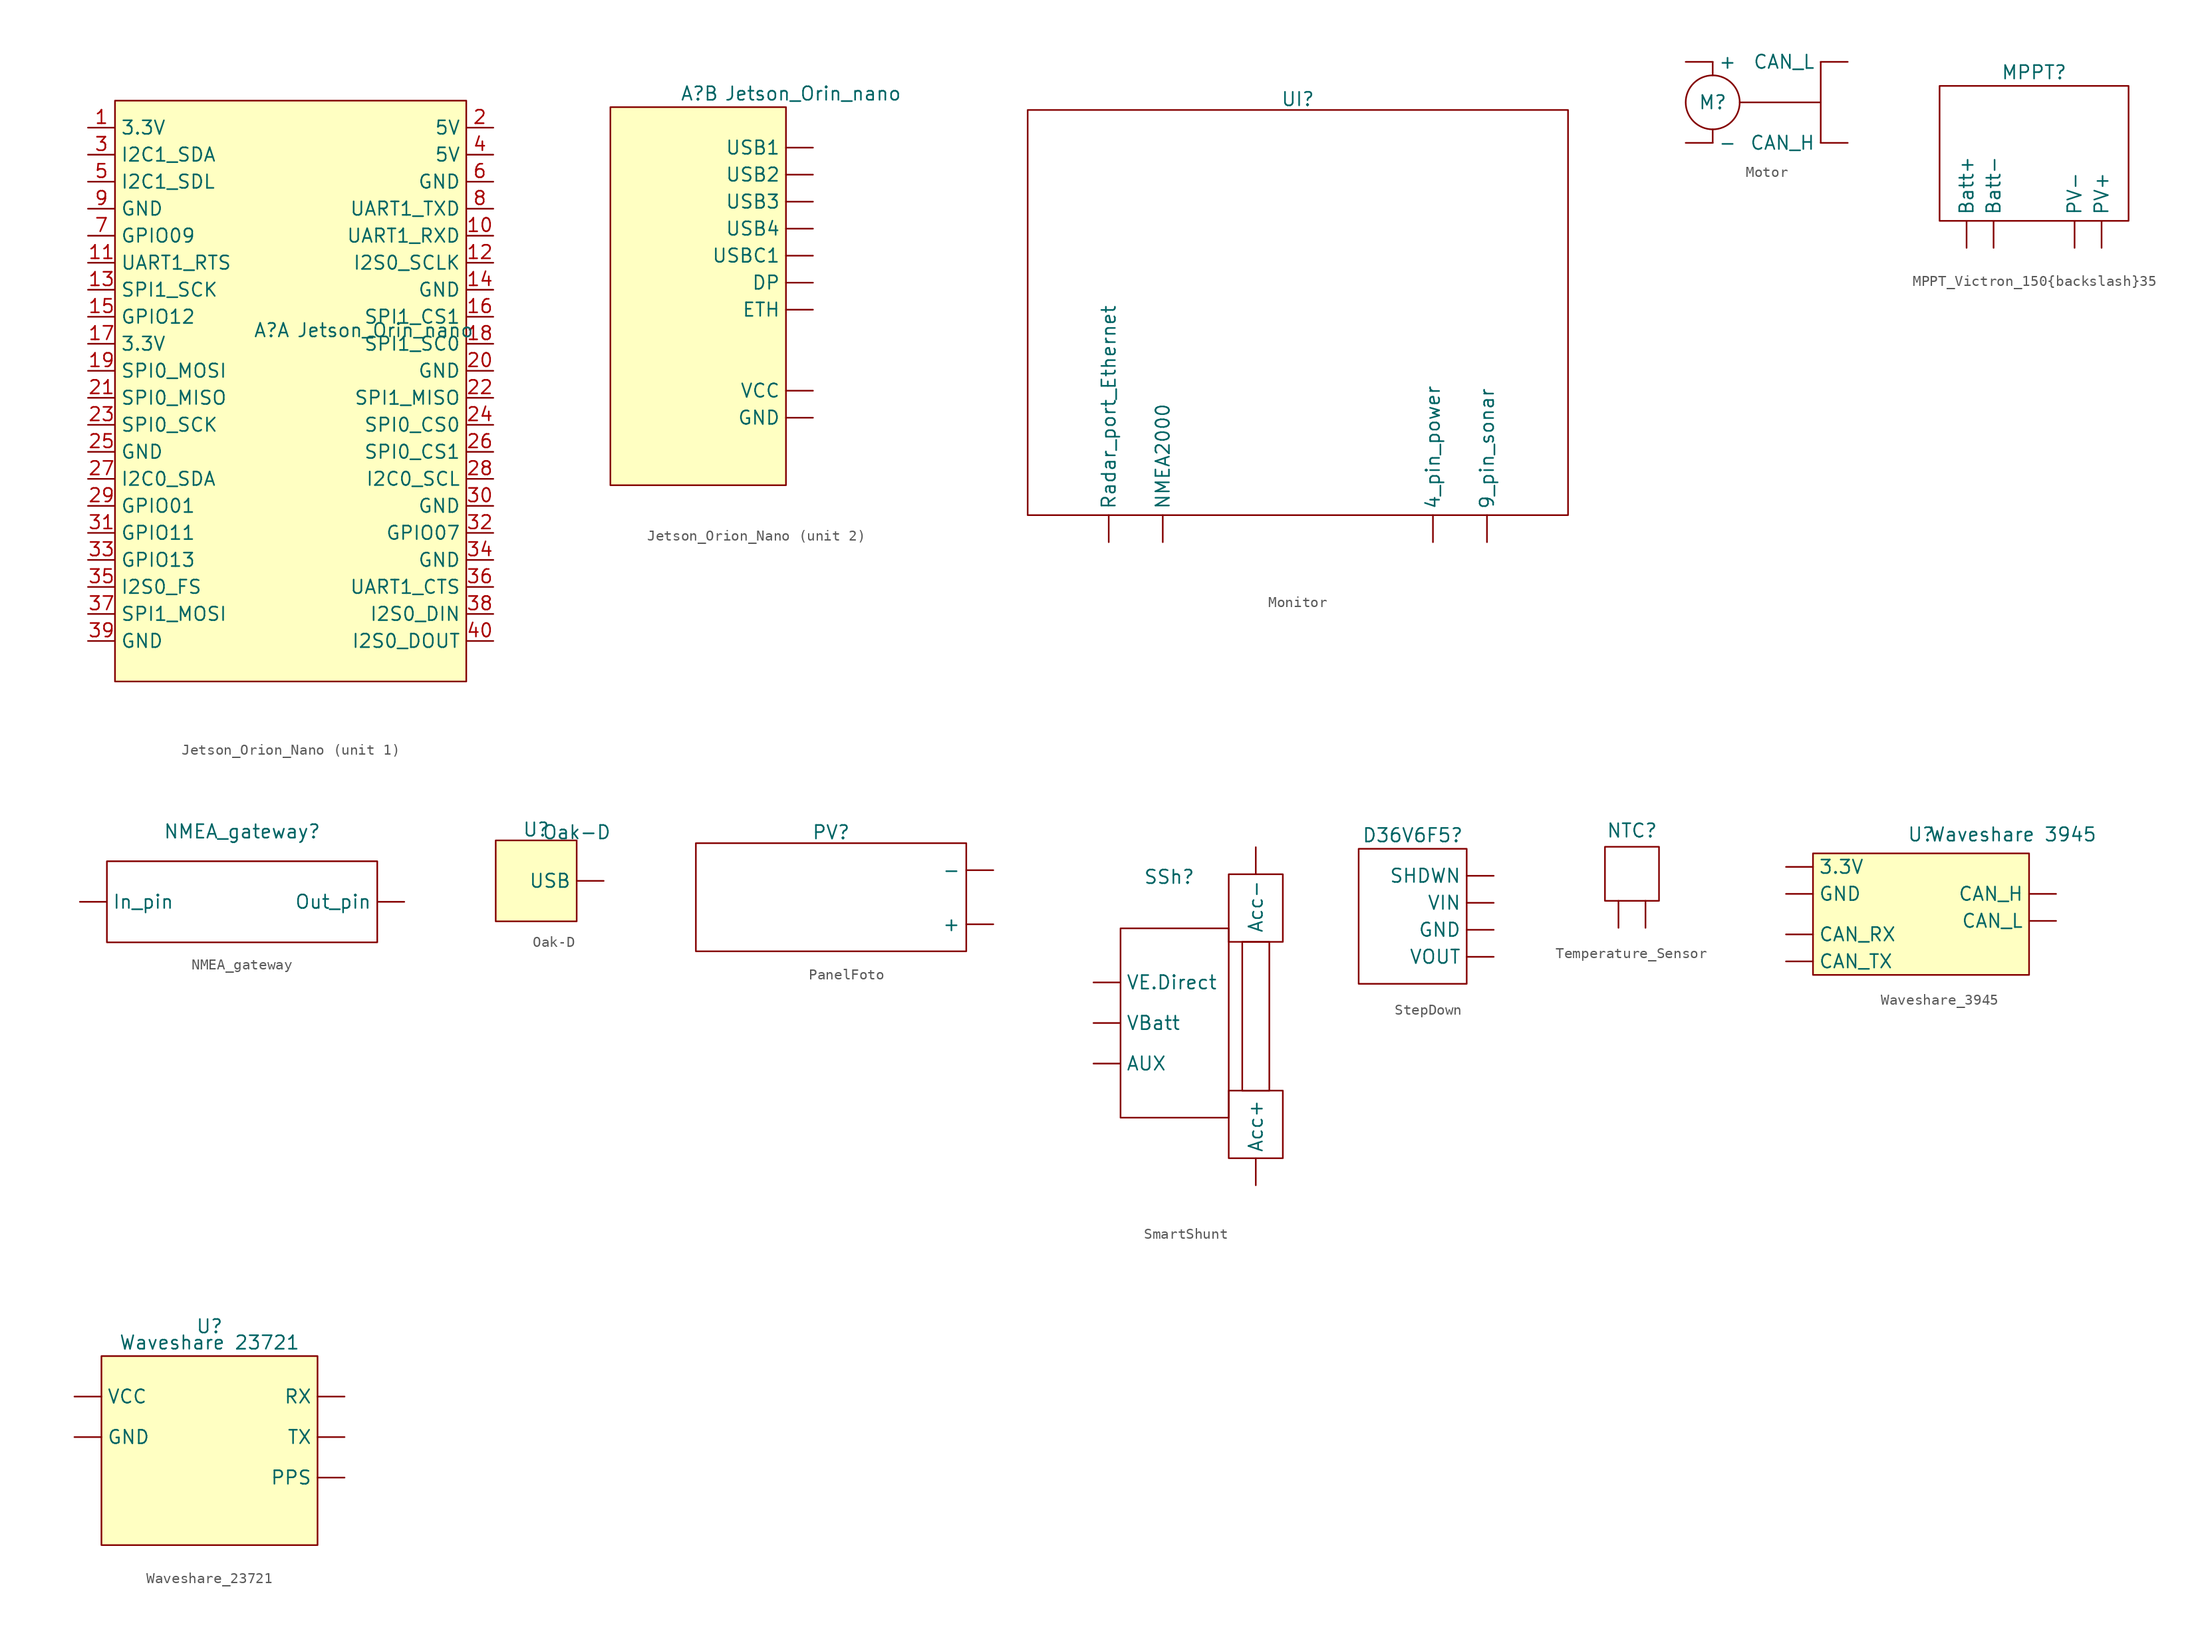
<source format=kicad_sym>
(kicad_symbol_lib
  (version 20231120)
  (generator "kicad_symbol_editor")
  (generator_version "8.0")
  (symbol "Jetson_Orion_Nano"
    (property "Reference" "A"
      (at -1.778 21.59 0)
      (effects (font (size 1.27 1.27))))
    (property "Value" "Jetson_Orin_nano"
      (at 8.89 21.59 0)
      (effects (font (size 1.27 1.27))))
    (property "ki_locked" ""
      (at 0 0 0)
      (effects (font (size 1.27 1.27))))
    (symbol "Jetson_Orion_Nano_1_1"
      (rectangle (start -16.51 43.18) (end 16.51 -11.43) (stroke (width 0) (type default)) (fill (type background)))
      (pin power_out line (at -19.05 40.64 0) (length 2.54) (name "3.3V" (effects (font (size 1.27 1.27)))) (number "1" (effects (font (size 1.27 1.27)))))
      (pin bidirectional line (at 19.05 30.48 180) (length 2.54) (name "UART1_RXD" (effects (font (size 1.27 1.27)))) (number "10" (effects (font (size 1.27 1.27)))))
      (pin bidirectional line (at -19.05 27.94 0) (length 2.54) (name "UART1_RTS" (effects (font (size 1.27 1.27)))) (number "11" (effects (font (size 1.27 1.27)))))
      (pin bidirectional line (at 19.05 27.94 180) (length 2.54) (name "I2S0_SCLK" (effects (font (size 1.27 1.27)))) (number "12" (effects (font (size 1.27 1.27)))))
      (pin bidirectional line (at -19.05 25.4 0) (length 2.54) (name "SPI1_SCK" (effects (font (size 1.27 1.27)))) (number "13" (effects (font (size 1.27 1.27)))))
      (pin power_out line (at 19.05 25.4 180) (length 2.54) (name "GND" (effects (font (size 1.27 1.27)))) (number "14" (effects (font (size 1.27 1.27)))))
      (pin bidirectional line (at -19.05 22.86 0) (length 2.54) (name "GPIO12" (effects (font (size 1.27 1.27)))) (number "15" (effects (font (size 1.27 1.27)))))
      (pin bidirectional line (at 19.05 22.86 180) (length 2.54) (name "SPI1_CS1" (effects (font (size 1.27 1.27)))) (number "16" (effects (font (size 1.27 1.27)))))
      (pin power_out line (at -19.05 20.32 0) (length 2.54) (name "3.3V" (effects (font (size 1.27 1.27)))) (number "17" (effects (font (size 1.27 1.27)))))
      (pin bidirectional line (at 19.05 20.32 180) (length 2.54) (name "SPI1_SC0" (effects (font (size 1.27 1.27)))) (number "18" (effects (font (size 1.27 1.27)))))
      (pin bidirectional line (at -19.05 17.78 0) (length 2.54) (name "SPI0_MOSI" (effects (font (size 1.27 1.27)))) (number "19" (effects (font (size 1.27 1.27)))))
      (pin power_out line (at 19.05 40.64 180) (length 2.54) (name "5V" (effects (font (size 1.27 1.27)))) (number "2" (effects (font (size 1.27 1.27)))))
      (pin power_out line (at 19.05 17.78 180) (length 2.54) (name "GND" (effects (font (size 1.27 1.27)))) (number "20" (effects (font (size 1.27 1.27)))))
      (pin bidirectional line (at -19.05 15.24 0) (length 2.54) (name "SPI0_MISO" (effects (font (size 1.27 1.27)))) (number "21" (effects (font (size 1.27 1.27)))))
      (pin bidirectional line (at 19.05 15.24 180) (length 2.54) (name "SPI1_MISO" (effects (font (size 1.27 1.27)))) (number "22" (effects (font (size 1.27 1.27)))))
      (pin bidirectional line (at -19.05 12.7 0) (length 2.54) (name "SPI0_SCK" (effects (font (size 1.27 1.27)))) (number "23" (effects (font (size 1.27 1.27)))))
      (pin bidirectional line (at 19.05 12.7 180) (length 2.54) (name "SPI0_CS0" (effects (font (size 1.27 1.27)))) (number "24" (effects (font (size 1.27 1.27)))))
      (pin power_out line (at -19.05 10.16 0) (length 2.54) (name "GND" (effects (font (size 1.27 1.27)))) (number "25" (effects (font (size 1.27 1.27)))))
      (pin bidirectional line (at 19.05 10.16 180) (length 2.54) (name "SPI0_CS1" (effects (font (size 1.27 1.27)))) (number "26" (effects (font (size 1.27 1.27)))))
      (pin bidirectional line (at -19.05 7.62 0) (length 2.54) (name "I2C0_SDA" (effects (font (size 1.27 1.27)))) (number "27" (effects (font (size 1.27 1.27)))))
      (pin bidirectional line (at 19.05 7.62 180) (length 2.54) (name "I2C0_SCL" (effects (font (size 1.27 1.27)))) (number "28" (effects (font (size 1.27 1.27)))))
      (pin bidirectional line (at -19.05 5.08 0) (length 2.54) (name "GPIO01" (effects (font (size 1.27 1.27)))) (number "29" (effects (font (size 1.27 1.27)))))
      (pin bidirectional line (at -19.05 38.1 0) (length 2.54) (name "I2C1_SDA" (effects (font (size 1.27 1.27)))) (number "3" (effects (font (size 1.27 1.27)))))
      (pin power_out line (at 19.05 5.08 180) (length 2.54) (name "GND" (effects (font (size 1.27 1.27)))) (number "30" (effects (font (size 1.27 1.27)))))
      (pin bidirectional line (at -19.05 2.54 0) (length 2.54) (name "GPIO11" (effects (font (size 1.27 1.27)))) (number "31" (effects (font (size 1.27 1.27)))))
      (pin bidirectional line (at 19.05 2.54 180) (length 2.54) (name "GPIO07" (effects (font (size 1.27 1.27)))) (number "32" (effects (font (size 1.27 1.27)))))
      (pin bidirectional line (at -19.05 0 0) (length 2.54) (name "GPIO13" (effects (font (size 1.27 1.27)))) (number "33" (effects (font (size 1.27 1.27)))))
      (pin power_out line (at 19.05 0 180) (length 2.54) (name "GND" (effects (font (size 1.27 1.27)))) (number "34" (effects (font (size 1.27 1.27)))))
      (pin bidirectional line (at -19.05 -2.54 0) (length 2.54) (name "I2S0_FS" (effects (font (size 1.27 1.27)))) (number "35" (effects (font (size 1.27 1.27)))))
      (pin bidirectional line (at 19.05 -2.54 180) (length 2.54) (name "UART1_CTS" (effects (font (size 1.27 1.27)))) (number "36" (effects (font (size 1.27 1.27)))))
      (pin bidirectional line (at -19.05 -5.08 0) (length 2.54) (name "SPI1_MOSI" (effects (font (size 1.27 1.27)))) (number "37" (effects (font (size 1.27 1.27)))))
      (pin bidirectional line (at 19.05 -5.08 180) (length 2.54) (name "I2S0_DIN" (effects (font (size 1.27 1.27)))) (number "38" (effects (font (size 1.27 1.27)))))
      (pin power_out line (at -19.05 -7.62 0) (length 2.54) (name "GND" (effects (font (size 1.27 1.27)))) (number "39" (effects (font (size 1.27 1.27)))))
      (pin power_out line (at 19.05 38.1 180) (length 2.54) (name "5V" (effects (font (size 1.27 1.27)))) (number "4" (effects (font (size 1.27 1.27)))))
      (pin bidirectional line (at 19.05 -7.62 180) (length 2.54) (name "I2S0_DOUT" (effects (font (size 1.27 1.27)))) (number "40" (effects (font (size 1.27 1.27)))))
      (pin bidirectional line (at -19.05 35.56 0) (length 2.54) (name "I2C1_SDL" (effects (font (size 1.27 1.27)))) (number "5" (effects (font (size 1.27 1.27)))))
      (pin power_out line (at 19.05 35.56 180) (length 2.54) (name "GND" (effects (font (size 1.27 1.27)))) (number "6" (effects (font (size 1.27 1.27)))))
      (pin bidirectional line (at -19.05 30.48 0) (length 2.54) (name "GPIO09" (effects (font (size 1.27 1.27)))) (number "7" (effects (font (size 1.27 1.27)))))
      (pin bidirectional line (at 19.05 33.02 180) (length 2.54) (name "UART1_TXD" (effects (font (size 1.27 1.27)))) (number "8" (effects (font (size 1.27 1.27)))))
      (pin power_out line (at -19.05 33.02 0) (length 2.54) (name "GND" (effects (font (size 1.27 1.27)))) (number "9" (effects (font (size 1.27 1.27))))))
    (symbol "Jetson_Orion_Nano_2_1"
      (rectangle (start -10.16 20.32) (end 6.35 -15.24) (stroke (width 0) (type default)) (fill (type background)))
      (pin bidirectional line (at 8.89 3.81 180) (length 2.54) (name "DP" (effects (font (size 1.27 1.27)))) (number "" (effects (font (size 1.27 1.27)))))
      (pin bidirectional line (at 8.89 1.27 180) (length 2.54) (name "ETH" (effects (font (size 1.27 1.27)))) (number "" (effects (font (size 1.27 1.27)))))
      (pin bidirectional line (at 8.89 -8.89 180) (length 2.54) (name "GND" (effects (font (size 1.27 1.27)))) (number "" (effects (font (size 1.27 1.27)))))
      (pin bidirectional line (at 8.89 16.51 180) (length 2.54) (name "USB1" (effects (font (size 1.27 1.27)))) (number "" (effects (font (size 1.27 1.27)))))
      (pin bidirectional line (at 8.89 13.97 180) (length 2.54) (name "USB2" (effects (font (size 1.27 1.27)))) (number "" (effects (font (size 1.27 1.27)))))
      (pin bidirectional line (at 8.89 11.43 180) (length 2.54) (name "USB3" (effects (font (size 1.27 1.27)))) (number "" (effects (font (size 1.27 1.27)))))
      (pin bidirectional line (at 8.89 8.89 180) (length 2.54) (name "USB4" (effects (font (size 1.27 1.27)))) (number "" (effects (font (size 1.27 1.27)))))
      (pin bidirectional line (at 8.89 6.35 180) (length 2.54) (name "USBC1" (effects (font (size 1.27 1.27)))) (number "" (effects (font (size 1.27 1.27)))))
      (pin bidirectional line (at 8.89 -6.35 180) (length 2.54) (name "VCC" (effects (font (size 1.27 1.27)))) (number "" (effects (font (size 1.27 1.27)))))))
  (symbol "Monitor"
    (property "Reference" "UI"
      (at 0 26.416 0)
      (effects (font (size 1.27 1.27))))
    (property "Value" ""
      (at 0 0 0)
      (effects (font (size 1.27 1.27))))
    (symbol "Monitor_0_1"
      (rectangle (start -25.4 -12.7) (end 25.4 25.4) (stroke (width 0) (type default)) (fill (type none))))
    (symbol "Monitor_1_1"
      (pin input line (at 12.7 -15.24 90) (length 2.54) (name "4_pin_power" (effects (font (size 1.27 1.27)))) (number "" (effects (font (size 1.27 1.27)))))
      (pin input line (at 17.78 -15.24 90) (length 2.54) (name "9_pin_sonar" (effects (font (size 1.27 1.27)))) (number "" (effects (font (size 1.27 1.27)))))
      (pin input line (at -12.7 -15.24 90) (length 2.54) (name "NMEA2000" (effects (font (size 1.27 1.27)))) (number "" (effects (font (size 1.27 1.27)))))
      (pin input line (at -17.78 -15.24 90) (length 2.54) (name "Radar_port_Ethernet" (effects (font (size 1.27 1.27)))) (number "" (effects (font (size 1.27 1.27)))))))
  (symbol "Motor"
    (property "Reference" "M"
      (at 0 0 0)
      (effects (font (size 1.27 1.27))))
    (property "Value" ""
      (at 0 0 0)
      (effects (font (size 1.27 1.27))))
    (symbol "Motor_0_1"
      (polyline (pts (xy 0 -2.54) (xy 0 -3.81)) (stroke (width 0) (type default)) (fill (type none)))
      (polyline (pts (xy 0 2.54) (xy 0 3.81)) (stroke (width 0) (type default)) (fill (type none)))
      (polyline (pts (xy 10.16 0) (xy 10.16 -3.81)) (stroke (width 0) (type default)) (fill (type none)))
      (polyline (pts (xy 2.54 0) (xy 10.16 0) (xy 10.16 3.81)) (stroke (width 0) (type default)) (fill (type none)))
      (circle (center 0 0) (radius 2.54) (stroke (width 0) (type default)) (fill (type none))))
    (symbol "Motor_1_1"
      (pin power_in line (at -2.54 3.81 0) (length 2.54) (name "+" (effects (font (size 1.27 1.27)))) (number "" (effects (font (size 1.27 1.27)))))
      (pin power_in line (at -2.54 -3.81 0) (length 2.54) (name "-" (effects (font (size 1.27 1.27)))) (number "" (effects (font (size 1.27 1.27)))))
      (pin input line (at 12.7 -3.81 180) (length 2.54) (name "CAN_H" (effects (font (size 1.27 1.27)))) (number "" (effects (font (size 1.27 1.27)))))
      (pin input line (at 12.7 3.81 180) (length 2.54) (name "CAN_L" (effects (font (size 1.27 1.27)))) (number "" (effects (font (size 1.27 1.27)))))))
  (symbol "MPPT_Victron_150{backslash}35"
    (property "Reference" "MPPT"
      (at 0 7.62 0)
      (effects (font (size 1.27 1.27))))
    (property "Value" ""
      (at 0 -1.27 0)
      (effects (font (size 1.27 1.27))))
    (symbol "MPPT_Victron_150{backslash}35_0_1"
      (rectangle (start -8.89 -6.35) (end 8.89 6.35) (stroke (width 0) (type default)) (fill (type none))))
    (symbol "MPPT_Victron_150{backslash}35_1_1"
      (pin power_out line (at -6.35 -8.89 90) (length 2.54) (name "Batt+" (effects (font (size 1.27 1.27)))) (number "" (effects (font (size 1.27 1.27)))))
      (pin power_out line (at -3.81 -8.89 90) (length 2.54) (name "Batt-" (effects (font (size 1.27 1.27)))) (number "" (effects (font (size 1.27 1.27)))))
      (pin power_in line (at 6.35 -8.89 90) (length 2.54) (name "PV+" (effects (font (size 1.27 1.27)))) (number "" (effects (font (size 1.27 1.27)))))
      (pin power_in line (at 3.81 -8.89 90) (length 2.54) (name "PV-" (effects (font (size 1.27 1.27)))) (number "" (effects (font (size 1.27 1.27)))))))
  (symbol "NMEA_gateway"
    (property "Reference" "NMEA_gateway"
      (at 0 6.604 0)
      (effects (font (size 1.27 1.27))))
    (property "Value" ""
      (at 0 0 0)
      (effects (font (size 1.27 1.27))))
    (symbol "NMEA_gateway_0_1"
      (rectangle (start -12.7 3.81) (end 12.7 -3.81) (stroke (width 0) (type default)) (fill (type none))))
    (symbol "NMEA_gateway_1_1"
      (pin input line (at -15.24 0 0) (length 2.54) (name "In_pin" (effects (font (size 1.27 1.27)))) (number "" (effects (font (size 1.27 1.27)))))
      (pin output line (at 15.24 0 180) (length 2.54) (name "Out_pin" (effects (font (size 1.27 1.27)))) (number "" (effects (font (size 1.27 1.27)))))))
  (symbol "Oak-D"
    (property "Reference" "U"
      (at 0 4.826 0)
      (effects (font (size 1.27 1.27))))
    (property "Value" "Oak-D"
      (at 3.81 4.572 0)
      (effects (font (size 1.27 1.27))))
    (symbol "Oak-D_1_1"
      (rectangle (start -3.81 3.81) (end 3.81 -3.81) (stroke (width 0) (type default)) (fill (type background)))
      (pin bidirectional line (at 6.35 0 180) (length 2.54) (name "USB" (effects (font (size 1.27 1.27)))) (number "" (effects (font (size 1.27 1.27)))))))
  (symbol "PanelFoto"
    (property "Reference" "PV"
      (at 0 6.096 0)
      (effects (font (size 1.27 1.27))))
    (property "Value" ""
      (at -1.27 0 0)
      (effects (font (size 1.27 1.27))))
    (symbol "PanelFoto_0_1"
      (rectangle (start -12.7 5.08) (end 12.7 -5.08) (stroke (width 0) (type default)) (fill (type none))))
    (symbol "PanelFoto_1_1"
      (pin output line (at 15.24 -2.54 180) (length 2.54) (name "+" (effects (font (size 1.27 1.27)))) (number "" (effects (font (size 1.27 1.27)))))
      (pin output line (at 15.24 2.54 180) (length 2.54) (name "-" (effects (font (size 1.27 1.27)))) (number "" (effects (font (size 1.27 1.27)))))))
  (symbol "SmartShunt"
    (property "Reference" "SSh"
      (at -0.508 13.716 0)
      (effects (font (size 1.27 1.27))))
    (property "Value" ""
      (at 5.715 0.635 90)
      (effects (font (size 1.27 1.27))))
    (symbol "SmartShunt_0_1"
      (rectangle (start -5.08 8.89) (end 5.08 -8.89) (stroke (width 0) (type default)) (fill (type none)))
      (rectangle (start 5.08 -6.35) (end 10.16 -12.7) (stroke (width 0) (type default)) (fill (type none)))
      (rectangle (start 5.08 13.97) (end 10.16 7.62) (stroke (width 0) (type default)) (fill (type none)))
      (rectangle (start 6.35 7.62) (end 8.89 -6.35) (stroke (width 0) (type default)) (fill (type none))))
    (symbol "SmartShunt_1_1"
      (pin input line (at -7.62 -3.81 0) (length 2.54) (name "AUX" (effects (font (size 1.27 1.27)))) (number "" (effects (font (size 1.27 1.27)))))
      (pin power_in line (at 7.62 -15.24 90) (length 2.54) (name "Acc+" (effects (font (size 1.27 1.27)))) (number "" (effects (font (size 1.27 1.27)))))
      (pin power_out line (at 7.62 16.51 270) (length 2.54) (name "Acc-" (effects (font (size 1.27 1.27)))) (number "" (effects (font (size 1.27 1.27)))))
      (pin input line (at -7.62 0 0) (length 2.54) (name "VBatt" (effects (font (size 1.27 1.27)))) (number "" (effects (font (size 1.27 1.27)))))
      (pin input line (at -7.62 3.81 0) (length 2.54) (name "VE.Direct" (effects (font (size 1.27 1.27)))) (number "" (effects (font (size 1.27 1.27)))))))
  (symbol "StepDown"
    (property "Reference" "D36V6F5"
      (at 0 7.62 0)
      (effects (font (size 1.27 1.27))))
    (property "Value" ""
      (at -1.27 1.27 0)
      (effects (font (size 1.27 1.27))))
    (symbol "StepDown_0_1"
      (rectangle (start -5.08 6.35) (end 5.08 -6.35) (stroke (width 0) (type default)) (fill (type none))))
    (symbol "StepDown_1_1"
      (pin input line (at 7.62 -1.27 180) (length 2.54) (name "GND" (effects (font (size 1.27 1.27)))) (number "" (effects (font (size 1.27 1.27)))))
      (pin input line (at 7.62 3.81 180) (length 2.54) (name "SHDWN" (effects (font (size 1.27 1.27)))) (number "" (effects (font (size 1.27 1.27)))))
      (pin input line (at 7.62 1.27 180) (length 2.54) (name "VIN" (effects (font (size 1.27 1.27)))) (number "" (effects (font (size 1.27 1.27)))))
      (pin input line (at 7.62 -3.81 180) (length 2.54) (name "VOUT" (effects (font (size 1.27 1.27)))) (number "" (effects (font (size 1.27 1.27)))))))
  (symbol "Temperature_Sensor"
    (property "Reference" "NTC"
      (at 0 4.064 0)
      (effects (font (size 1.27 1.27))))
    (property "Value" ""
      (at -2.54 -2.54 0)
      (effects (font (size 1.27 1.27))))
    (symbol "Temperature_Sensor_1_1"
      (rectangle (start -2.54 2.54) (end 2.54 -2.54) (stroke (width 0) (type default)) (fill (type none)))
      (pin output line (at -1.27 -5.08 90) (length 2.54) (name "" (effects (font (size 1.27 1.27)))) (number "" (effects (font (size 1.27 1.27)))))
      (pin output line (at 1.27 -5.08 90) (length 2.54) (name "" (effects (font (size 1.27 1.27)))) (number "" (effects (font (size 1.27 1.27)))))))
  (symbol "Waveshare_3945"
    (property "Reference" "U"
      (at 0 6.858 0)
      (effects (font (size 1.27 1.27))))
    (property "Value" "Waveshare 3945"
      (at 8.636 6.858 0)
      (effects (font (size 1.27 1.27))))
    (symbol "Waveshare_3945_1_1"
      (rectangle (start -10.16 5.08) (end 10.16 -6.35) (stroke (width 0) (type default)) (fill (type background)))
      (pin power_in line (at -12.7 3.81 0) (length 2.54) (name "3.3V" (effects (font (size 1.27 1.27)))) (number "" (effects (font (size 1.27 1.27)))))
      (pin bidirectional line (at 12.7 1.27 180) (length 2.54) (name "CAN_H" (effects (font (size 1.27 1.27)))) (number "" (effects (font (size 1.27 1.27)))))
      (pin bidirectional line (at 12.7 -1.27 180) (length 2.54) (name "CAN_L" (effects (font (size 1.27 1.27)))) (number "" (effects (font (size 1.27 1.27)))))
      (pin input line (at -12.7 -2.54 0) (length 2.54) (name "CAN_RX" (effects (font (size 1.27 1.27)))) (number "" (effects (font (size 1.27 1.27)))))
      (pin output line (at -12.7 -5.08 0) (length 2.54) (name "CAN_TX" (effects (font (size 1.27 1.27)))) (number "" (effects (font (size 1.27 1.27)))))
      (pin power_in line (at -12.7 1.27 0) (length 2.54) (name "GND" (effects (font (size 1.27 1.27)))) (number "" (effects (font (size 1.27 1.27)))))))
  (symbol "Waveshare_23721"
    (property "Reference" "U"
      (at 0 9.144 0)
      (effects (font (size 1.27 1.27))))
    (property "Value" "Waveshare 23721"
      (at 0 7.62 0)
      (effects (font (size 1.27 1.27))))
    (symbol "Waveshare_23721_1_1"
      (rectangle (start -10.16 6.35) (end 10.16 -11.43) (stroke (width 0) (type default)) (fill (type background)))
      (pin power_in line (at -12.7 -1.27 0) (length 2.54) (name "GND" (effects (font (size 1.27 1.27)))) (number "" (effects (font (size 1.27 1.27)))))
      (pin output line (at 12.7 -5.08 180) (length 2.54) (name "PPS" (effects (font (size 1.27 1.27)))) (number "" (effects (font (size 1.27 1.27)))))
      (pin input line (at 12.7 2.54 180) (length 2.54) (name "RX" (effects (font (size 1.27 1.27)))) (number "" (effects (font (size 1.27 1.27)))))
      (pin output line (at 12.7 -1.27 180) (length 2.54) (name "TX" (effects (font (size 1.27 1.27)))) (number "" (effects (font (size 1.27 1.27)))))
      (pin power_in line (at -12.7 2.54 0) (length 2.54) (name "VCC" (effects (font (size 1.27 1.27)))) (number "" (effects (font (size 1.27 1.27))))))))
</source>
